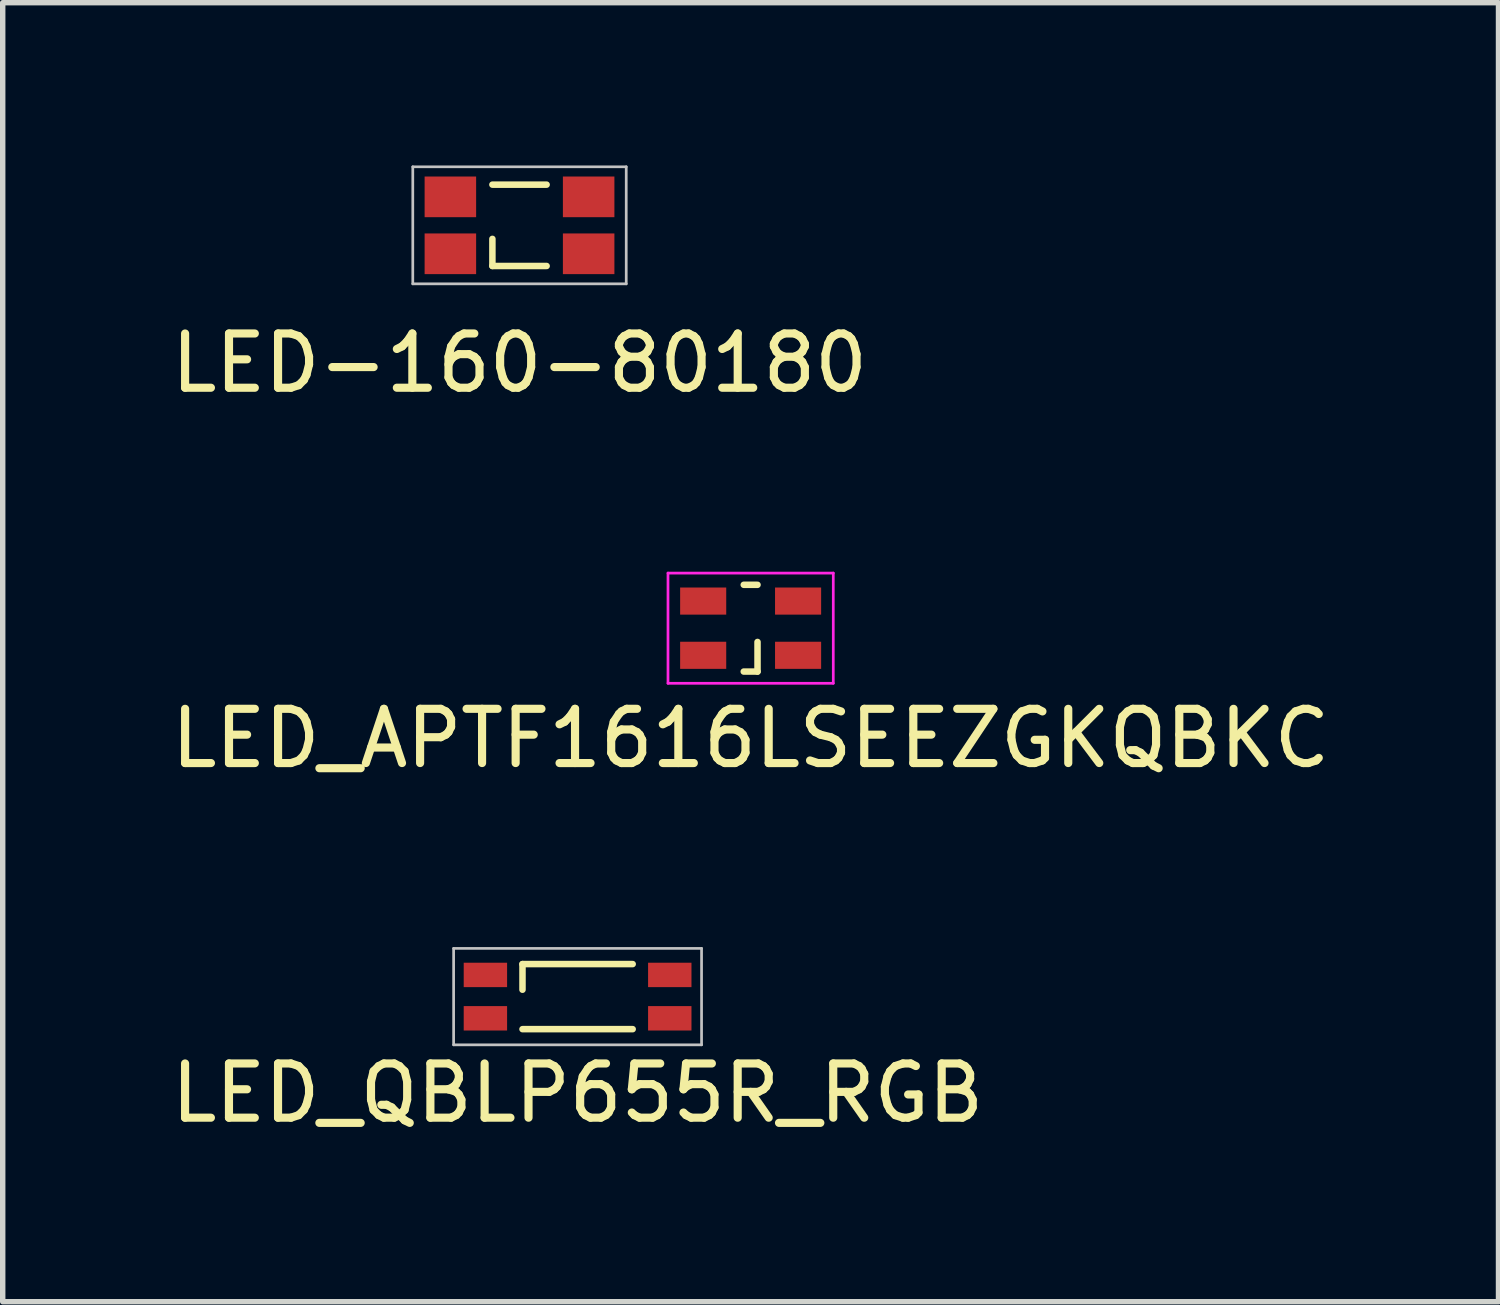
<source format=kicad_pcb>
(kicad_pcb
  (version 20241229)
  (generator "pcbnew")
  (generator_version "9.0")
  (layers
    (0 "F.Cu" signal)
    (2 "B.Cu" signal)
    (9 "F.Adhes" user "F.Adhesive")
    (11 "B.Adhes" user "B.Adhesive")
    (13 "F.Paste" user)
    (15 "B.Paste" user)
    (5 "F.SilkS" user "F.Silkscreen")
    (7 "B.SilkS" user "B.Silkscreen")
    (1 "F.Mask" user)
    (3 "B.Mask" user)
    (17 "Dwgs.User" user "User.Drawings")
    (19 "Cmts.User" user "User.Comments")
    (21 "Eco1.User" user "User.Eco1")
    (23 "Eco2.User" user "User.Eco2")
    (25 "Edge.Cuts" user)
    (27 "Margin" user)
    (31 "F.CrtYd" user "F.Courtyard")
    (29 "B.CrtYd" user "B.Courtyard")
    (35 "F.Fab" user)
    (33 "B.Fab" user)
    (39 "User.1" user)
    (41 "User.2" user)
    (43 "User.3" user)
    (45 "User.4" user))
  (footprint "LED_QBLP655R_RGB"
    (layer "F.Cu")
    (at 7.601 15.328)
    (property "Reference" "LED_QBLP655R_RGB" (at 0 1.778 0) (layer "F.SilkS") (effects (font (size 1 1) (thickness 0.15))))
    (attr through_hole)
    (fp_line (start -1.016 -0.6) (end -1.016 -0.127) (stroke (width 0.12) (type solid)) (layer "F.SilkS"))
    (fp_line (start -1.016 0.6) (end 1.016 0.6) (stroke (width 0.12) (type solid)) (layer "F.SilkS"))
    (fp_line (start 1.016 -0.6) (end -1.016 -0.6) (stroke (width 0.12) (type solid)) (layer "F.SilkS"))
    (fp_line (start -2.286 -0.889) (end 2.286 -0.889) (stroke (width 0.05) (type solid)) (layer "Dwgs.User"))
    (fp_line (start -2.286 0.889) (end -2.286 -0.889) (stroke (width 0.05) (type solid)) (layer "Dwgs.User"))
    (fp_line (start 2.286 -0.889) (end 2.286 0.889) (stroke (width 0.05) (type solid)) (layer "Dwgs.User"))
    (fp_line (start 2.286 0.889) (end -2.286 0.889) (stroke (width 0.05) (type solid)) (layer "Dwgs.User"))
    (pad "1" smd rect (at 1.7 -0.4) (size 0.8 0.45) (layers "F.Cu" "F.Mask" "F.Paste"))
    (pad "2" smd rect (at -1.7 -0.4) (size 0.8 0.45) (layers "F.Cu" "F.Mask" "F.Paste"))
    (pad "3" smd rect (at -1.7 0.4) (size 0.8 0.45) (layers "F.Cu" "F.Mask" "F.Paste"))
    (pad "4" smd rect (at 1.7 0.4) (size 0.8 0.45) (layers "F.Cu" "F.Mask" "F.Paste")))
  (footprint "LED-160-80180"
    (layer "F.Cu")
    (at 6.53 1.105)
    (property "Reference" "LED-160-80180" (at 0 2.54 0) (layer "F.SilkS") (effects (font (size 1 1) (thickness 0.15))))
    (attr through_hole)
    (fp_line (start -0.5 -0.75) (end 0.5 -0.75) (stroke (width 0.12) (type solid)) (layer "F.SilkS"))
    (fp_line (start -0.5 0.75) (end -0.5 0.25) (stroke (width 0.12) (type solid)) (layer "F.SilkS"))
    (fp_line (start 0.5 0.75) (end -0.5 0.75) (stroke (width 0.12) (type solid)) (layer "F.SilkS"))
    (fp_line (start -1.968 -1.079) (end 1.968 -1.079) (stroke (width 0.05) (type solid)) (layer "Dwgs.User"))
    (fp_line (start -1.968 1.079) (end -1.968 -1.079) (stroke (width 0.05) (type solid)) (layer "Dwgs.User"))
    (fp_line (start 1.968 -1.079) (end 1.968 1.079) (stroke (width 0.05) (type solid)) (layer "Dwgs.User"))
    (fp_line (start 1.968 1.079) (end -1.968 1.079) (stroke (width 0.05) (type solid)) (layer "Dwgs.User"))
    (pad "1" smd rect (at 1.275 0.525) (size 0.95 0.75) (layers "F.Cu" "F.Mask" "F.Paste"))
    (pad "2" smd rect (at -1.275 0.525) (size 0.95 0.75) (layers "F.Cu" "F.Mask" "F.Paste"))
    (pad "3" smd rect (at -1.275 -0.525) (size 0.95 0.75) (layers "F.Cu" "F.Mask" "F.Paste"))
    (pad "4" smd rect (at 1.275 -0.525) (size 0.95 0.75) (layers "F.Cu" "F.Mask" "F.Paste")))
  (footprint "LED_APTF1616LSEEZGKQBKC"
    (layer "F.Cu")
    (at 10.792 8.534)
    (property "Reference" "LED_APTF1616LSEEZGKQBKC" (at 0 2.032 0) (layer "F.SilkS") (effects (font (size 1 1) (thickness 0.15))))
    (attr through_hole)
    (fp_line (start -0.127 -0.8) (end 0.127 -0.8) (stroke (width 0.12) (type solid)) (layer "F.SilkS"))
    (fp_line (start -0.127 0.8) (end 0.127 0.8) (stroke (width 0.12) (type solid)) (layer "F.SilkS"))
    (fp_line (start 0.127 0.254) (end 0.127 0.8) (stroke (width 0.12) (type solid)) (layer "F.SilkS"))
    (fp_line (start -1.524 -1.016) (end 1.524 -1.016) (stroke (width 0.05) (type solid)) (layer "F.CrtYd"))
    (fp_line (start -1.524 1.016) (end -1.524 -1.016) (stroke (width 0.05) (type solid)) (layer "F.CrtYd"))
    (fp_line (start 1.524 -1.016) (end 1.524 1.016) (stroke (width 0.05) (type solid)) (layer "F.CrtYd"))
    (fp_line (start 1.524 1.016) (end -1.524 1.016) (stroke (width 0.05) (type solid)) (layer "F.CrtYd"))
    (pad "1" smd rect (at 0.875 0.5) (size 0.85 0.5) (layers "F.Cu" "F.Mask" "F.Paste"))
    (pad "2" smd rect (at -0.875 0.5) (size 0.85 0.5) (layers "F.Cu" "F.Mask" "F.Paste"))
    (pad "3" smd rect (at -0.875 -0.5) (size 0.85 0.5) (layers "F.Cu" "F.Mask" "F.Paste"))
    (pad "4" smd rect (at 0.875 -0.5) (size 0.85 0.5) (layers "F.Cu" "F.Mask" "F.Paste")))
  (gr_rect
    (start -3 -3)
    (end 24.583 20.954)
    (stroke (width 0.1) (type default))
    (fill no)
    (layer "Edge.Cuts")))
</source>
